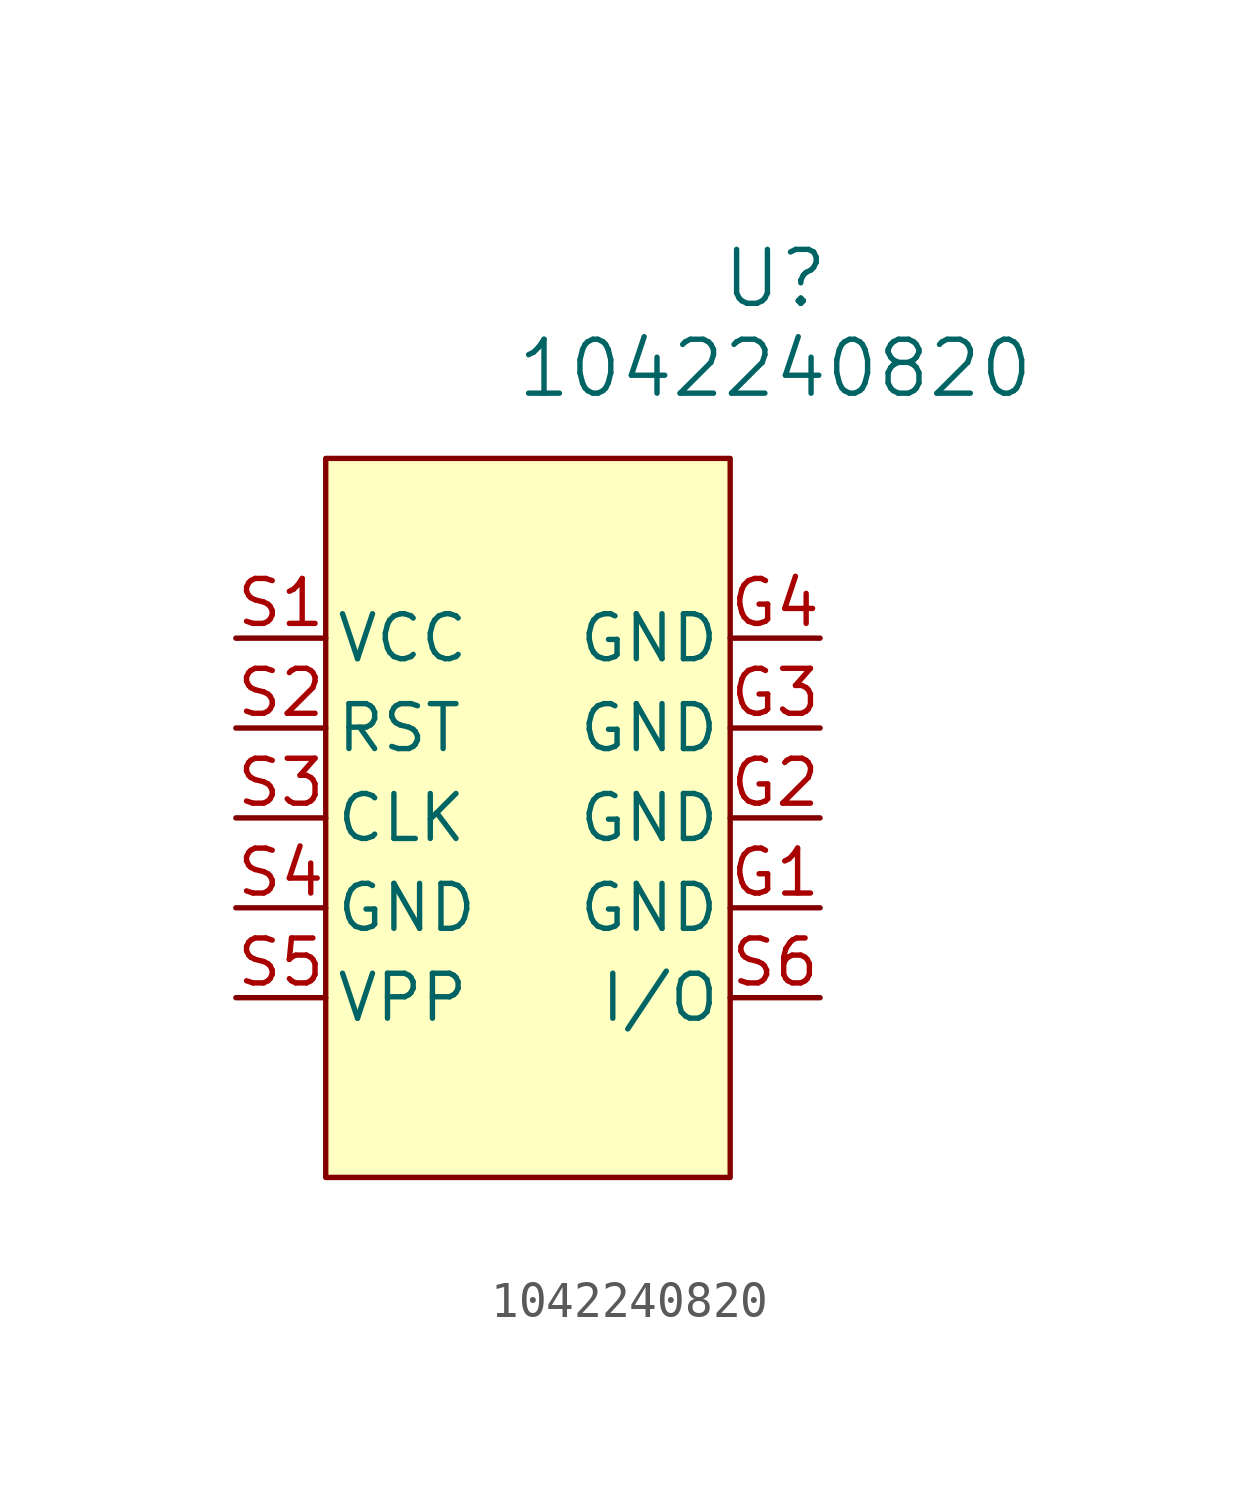
<source format=kicad_sym>
(kicad_symbol_lib
  (version 20231120)
  (generator "kicad_symbol_editor")
  (generator_version "8.0")
  (symbol "1042240820"
    (pin_names
      (offset 0.254))
    (property "Reference" "U"
      (at 20.32 10.16 0)
      (effects (font (size 1.524 1.524))))
    (property "Value" "1042240820"
      (at 20.32 7.62 0)
      (effects (font (size 1.524 1.524))))
    (property "ki_locked" ""
      (at 0 0 0)
      (effects (font (size 1.27 1.27))))
    (symbol "1042240820_1_1"
      (rectangle (start 7.62 5.08) (end 19.05 -15.24) (stroke (width 0) (type default)) (fill (type background)))
      (pin power_out line (at 21.59 -7.62 180) (length 2.54) (name "GND" (effects (font (size 1.27 1.27)))) (number "G1" (effects (font (size 1.27 1.27)))))
      (pin power_out line (at 21.59 -5.08 180) (length 2.54) (name "GND" (effects (font (size 1.27 1.27)))) (number "G2" (effects (font (size 1.27 1.27)))))
      (pin power_out line (at 21.59 -2.54 180) (length 2.54) (name "GND" (effects (font (size 1.27 1.27)))) (number "G3" (effects (font (size 1.27 1.27)))))
      (pin power_out line (at 21.59 0 180) (length 2.54) (name "GND" (effects (font (size 1.27 1.27)))) (number "G4" (effects (font (size 1.27 1.27)))))
      (pin power_in line (at 5.08 0 0) (length 2.54) (name "VCC" (effects (font (size 1.27 1.27)))) (number "S1" (effects (font (size 1.27 1.27)))))
      (pin unspecified line (at 5.08 -2.54 0) (length 2.54) (name "RST" (effects (font (size 1.27 1.27)))) (number "S2" (effects (font (size 1.27 1.27)))))
      (pin unspecified line (at 5.08 -5.08 0) (length 2.54) (name "CLK" (effects (font (size 1.27 1.27)))) (number "S3" (effects (font (size 1.27 1.27)))))
      (pin power_out line (at 5.08 -7.62 0) (length 2.54) (name "GND" (effects (font (size 1.27 1.27)))) (number "S4" (effects (font (size 1.27 1.27)))))
      (pin power_in line (at 5.08 -10.16 0) (length 2.54) (name "VPP" (effects (font (size 1.27 1.27)))) (number "S5" (effects (font (size 1.27 1.27)))))
      (pin unspecified line (at 21.59 -10.16 180) (length 2.54) (name "I/O" (effects (font (size 1.27 1.27)))) (number "S6" (effects (font (size 1.27 1.27))))))))
</source>
